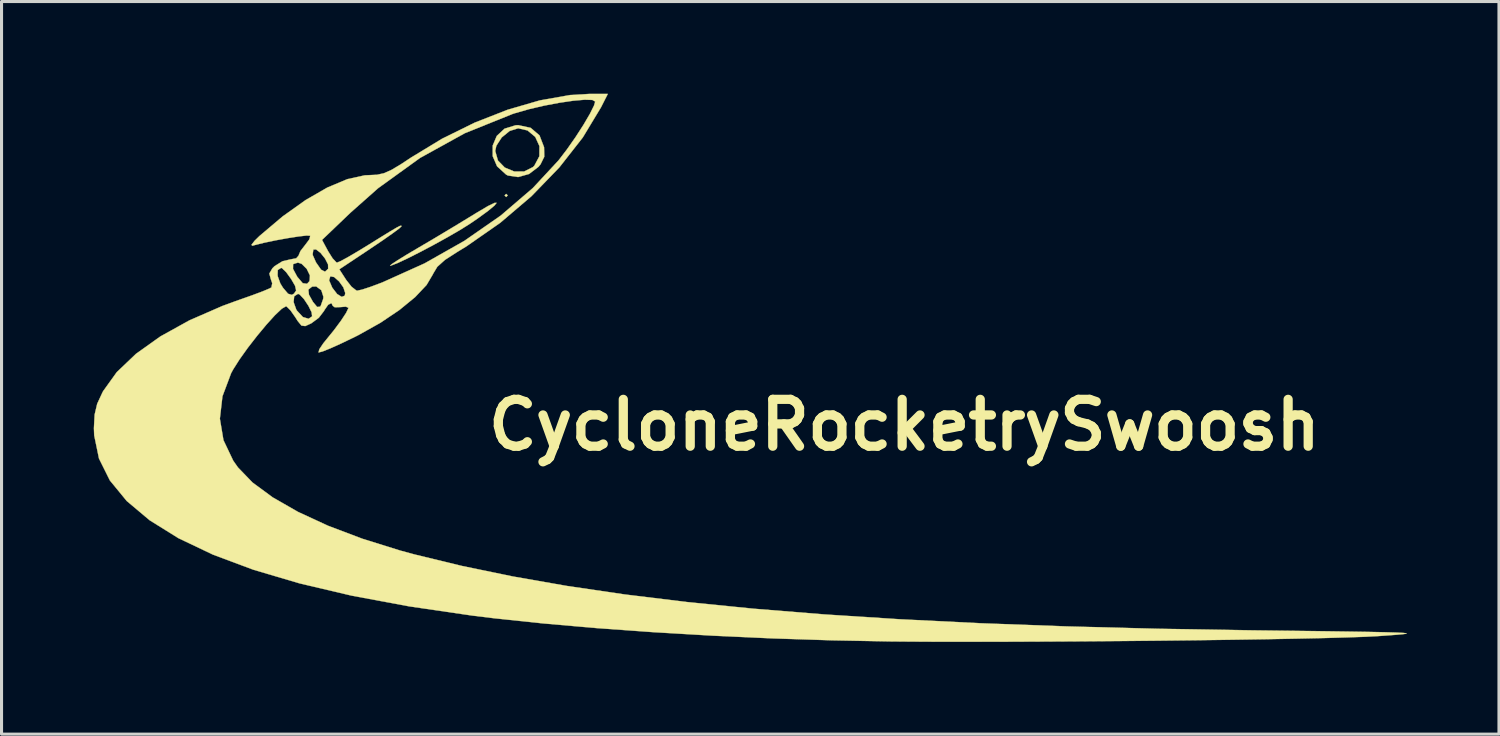
<source format=kicad_pcb>
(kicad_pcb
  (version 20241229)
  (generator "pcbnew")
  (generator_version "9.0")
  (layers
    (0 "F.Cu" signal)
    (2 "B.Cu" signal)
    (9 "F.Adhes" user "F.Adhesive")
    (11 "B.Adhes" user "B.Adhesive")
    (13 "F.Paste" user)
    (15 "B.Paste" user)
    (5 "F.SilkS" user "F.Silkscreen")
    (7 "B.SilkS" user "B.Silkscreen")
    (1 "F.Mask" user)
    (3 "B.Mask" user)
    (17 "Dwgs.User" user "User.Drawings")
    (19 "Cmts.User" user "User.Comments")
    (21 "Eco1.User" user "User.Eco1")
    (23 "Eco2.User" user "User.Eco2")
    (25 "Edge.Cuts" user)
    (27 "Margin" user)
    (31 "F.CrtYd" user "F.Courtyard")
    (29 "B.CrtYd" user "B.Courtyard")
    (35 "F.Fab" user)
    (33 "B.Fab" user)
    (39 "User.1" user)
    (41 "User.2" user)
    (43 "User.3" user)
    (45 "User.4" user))
  (footprint "CycloneRocketrySwoosh"
    (layer "F.Cu")
    (at 26.369 10.775)
    (property "Reference" "CycloneRocketrySwoosh" (at 0 0 0) (layer "F.SilkS") (effects (font (size 1.524 1.524) (thickness 0.3))))
    (attr through_hole)
    (fp_poly (pts (xy -12.903 -7.468) (xy -12.954 -7.417) (xy -13.005 -7.468) (xy -12.954 -7.518) (xy -12.903 -7.468)) (stroke (width 0.01) (type solid)) (fill yes) (layer "F.SilkS"))
    (fp_poly (pts (xy -13.337 -7.136) (xy -13.545 -6.963) (xy -13.882 -6.717) (xy -14.139 -6.542) (xy -14.46 -6.341) (xy -14.863 -6.108) (xy -15.308 -5.862) (xy -15.754 -5.626) (xy -16.16 -5.421) (xy -16.487 -5.268) (xy -16.693 -5.188) (xy -16.73 -5.182) (xy -16.682 -5.229) (xy -16.488 -5.357) (xy -16.18 -5.547) (xy -15.798 -5.773) (xy -15.273 -6.082) (xy -14.699 -6.426) (xy -14.165 -6.75) (xy -13.919 -6.901) (xy -13.549 -7.12) (xy -13.333 -7.225) (xy -13.264 -7.227) (xy -13.337 -7.136)) (stroke (width 0.01) (type solid)) (fill yes) (layer "F.SilkS"))
    (fp_poly (pts (xy -12.158 -9.667) (xy -11.869 -9.42) (xy -11.721 -9.035) (xy -11.714 -8.728) (xy -11.836 -8.48) (xy -11.902 -8.4) (xy -12.209 -8.166) (xy -12.565 -8.066) (xy -12.897 -8.116) (xy -12.954 -8.145) (xy -13.25 -8.415) (xy -13.392 -8.745) (xy -13.392 -8.914) (xy -13.31 -8.914) (xy -13.222 -8.604) (xy -12.998 -8.374) (xy -12.695 -8.248) (xy -12.37 -8.246) (xy -12.083 -8.39) (xy -12.038 -8.434) (xy -11.874 -8.743) (xy -11.872 -9.074) (xy -12.008 -9.372) (xy -12.26 -9.582) (xy -12.563 -9.652) (xy -12.839 -9.566) (xy -13.099 -9.354) (xy -13.274 -9.083) (xy -13.31 -8.914) (xy -13.392 -8.914) (xy -13.392 -9.09) (xy -13.26 -9.403) (xy -13.007 -9.639) (xy -12.646 -9.75) (xy -12.563 -9.754) (xy -12.158 -9.667)) (stroke (width 0.01) (type solid)) (fill yes) (layer "F.SilkS"))
    (fp_poly (pts (xy -9.867 -10.338) (xy -10.461 -9.354) (xy -11.226 -8.378) (xy -12.132 -7.442) (xy -13.149 -6.576) (xy -14.247 -5.811) (xy -14.542 -5.631) (xy -14.945 -5.371) (xy -15.195 -5.146) (xy -15.33 -4.921) (xy -15.335 -4.907) (xy -15.543 -4.555) (xy -15.916 -4.16) (xy -16.426 -3.742) (xy -17.045 -3.325) (xy -17.747 -2.932) (xy -17.851 -2.879) (xy -18.29 -2.667) (xy -18.661 -2.499) (xy -18.927 -2.392) (xy -19.054 -2.36) (xy -19.058 -2.362) (xy -19.032 -2.464) (xy -18.902 -2.658) (xy -18.821 -2.758) (xy -18.561 -3.078) (xy -18.329 -3.39) (xy -18.16 -3.647) (xy -18.086 -3.802) (xy -18.085 -3.812) (xy -18.17 -3.85) (xy -18.339 -3.836) (xy -18.528 -3.829) (xy -18.593 -3.875) (xy -18.639 -3.966) (xy -18.745 -3.911) (xy -18.865 -3.739) (xy -18.877 -3.713) (xy -19.048 -3.489) (xy -19.292 -3.308) (xy -19.489 -3.218) (xy -19.613 -3.234) (xy -19.736 -3.384) (xy -19.813 -3.506) (xy -19.969 -3.728) (xy -20.092 -3.852) (xy -20.117 -3.861) (xy -20.252 -3.783) (xy -20.473 -3.574) (xy -20.75 -3.268) (xy -21.054 -2.903) (xy -21.357 -2.513) (xy -21.627 -2.135) (xy -21.837 -1.804) (xy -21.9 -1.688) (xy -22.183 -0.934) (xy -22.267 -0.205) (xy -22.15 0.494) (xy -21.833 1.16) (xy -21.679 1.379) (xy -21.207 1.869) (xy -20.549 2.354) (xy -19.723 2.827) (xy -18.744 3.279) (xy -17.631 3.7) (xy -16.401 4.084) (xy -15.937 4.21) (xy -14.39 4.585) (xy -12.74 4.926) (xy -10.977 5.235) (xy -9.092 5.512) (xy -7.077 5.758) (xy -4.922 5.974) (xy -2.619 6.16) (xy -0.159 6.318) (xy 2.468 6.448) (xy 5.27 6.551) (xy 8.257 6.628) (xy 11.328 6.679) (xy 12.552 6.694) (xy 13.584 6.707) (xy 14.434 6.719) (xy 15.113 6.73) (xy 15.632 6.741) (xy 16.002 6.752) (xy 16.233 6.763) (xy 16.336 6.776) (xy 16.323 6.79) (xy 16.203 6.806) (xy 15.987 6.825) (xy 15.687 6.847) (xy 15.392 6.868) (xy 14.984 6.889) (xy 14.394 6.909) (xy 13.645 6.93) (xy 12.758 6.949) (xy 11.755 6.968) (xy 10.658 6.985) (xy 9.489 7.001) (xy 8.269 7.015) (xy 7.021 7.027) (xy 5.765 7.037) (xy 4.525 7.044) (xy 3.322 7.049) (xy 2.178 7.051) (xy 1.114 7.05) (xy 0.153 7.045) (xy -0.457 7.04) (xy -2.356 7.004) (xy -4.299 6.941) (xy -6.249 6.852) (xy -8.167 6.739) (xy -10.014 6.606) (xy -11.754 6.454) (xy -13.347 6.286) (xy -14.052 6.2) (xy -16.108 5.899) (xy -17.982 5.55) (xy -19.672 5.152) (xy -21.175 4.708) (xy -22.49 4.217) (xy -23.617 3.68) (xy -24.552 3.098) (xy -25.296 2.472) (xy -25.845 1.803) (xy -26.199 1.091) (xy -26.355 0.337) (xy -26.364 0.104) (xy -26.341 -0.338) (xy -26.258 -0.689) (xy -26.086 -1.06) (xy -26.062 -1.104) (xy -25.621 -1.719) (xy -24.996 -2.315) (xy -24.202 -2.881) (xy -23.258 -3.404) (xy -22.182 -3.873) (xy -21.84 -3.998) (xy -19.869 -3.998) (xy -19.781 -3.754) (xy -19.757 -3.717) (xy -19.566 -3.512) (xy -19.381 -3.456) (xy -19.266 -3.535) (xy -19.283 -3.667) (xy -19.387 -3.878) (xy -19.531 -4.095) (xy -19.668 -4.242) (xy -19.724 -4.267) (xy -19.849 -4.189) (xy -19.869 -3.998) (xy -21.84 -3.998) (xy -21.641 -4.07) (xy -21.224 -4.217) (xy -20.879 -4.346) (xy -20.652 -4.441) (xy -20.59 -4.475) (xy -20.564 -4.612) (xy -20.611 -4.75) (xy -20.639 -4.855) (xy -20.39 -4.855) (xy -20.3 -4.604) (xy -20.216 -4.467) (xy -20.049 -4.27) (xy -19.925 -4.233) (xy -19.857 -4.272) (xy -19.786 -4.376) (xy -19.793 -4.406) (xy -19.388 -4.406) (xy -19.369 -4.238) (xy -19.238 -4.004) (xy -19.102 -3.84) (xy -19.008 -3.849) (xy -18.985 -3.88) (xy -18.906 -4.103) (xy -18.899 -4.171) (xy -18.968 -4.386) (xy -19.132 -4.507) (xy -19.266 -4.502) (xy -19.388 -4.406) (xy -19.793 -4.406) (xy -19.821 -4.529) (xy -19.947 -4.747) (xy -20.11 -4.972) (xy -20.22 -5.078) (xy -19.887 -5.078) (xy -19.75 -4.822) (xy -19.572 -4.613) (xy -19.431 -4.594) (xy -19.349 -4.683) (xy -19.347 -4.709) (xy -18.714 -4.709) (xy -18.612 -4.469) (xy -18.454 -4.262) (xy -18.303 -4.168) (xy -18.204 -4.207) (xy -18.189 -4.293) (xy -18.25 -4.477) (xy -18.389 -4.671) (xy -18.55 -4.813) (xy -18.674 -4.838) (xy -18.714 -4.709) (xy -19.347 -4.709) (xy -19.338 -4.865) (xy -19.442 -5.08) (xy -19.607 -5.243) (xy -19.728 -5.283) (xy -19.884 -5.234) (xy -19.887 -5.078) (xy -20.22 -5.078) (xy -20.243 -5.101) (xy -20.273 -5.112) (xy -20.383 -5.042) (xy -20.39 -4.855) (xy -20.639 -4.855) (xy -20.658 -4.926) (xy -20.56 -5.095) (xy -20.487 -5.168) (xy -20.232 -5.326) (xy -19.983 -5.385) (xy -19.784 -5.423) (xy -19.71 -5.505) (xy -19.696 -5.54) (xy -19.251 -5.54) (xy -19.141 -5.292) (xy -18.973 -5.051) (xy -18.847 -4.988) (xy -18.745 -5.081) (xy -18.748 -5.223) (xy -18.847 -5.417) (xy -18.993 -5.6) (xy -19.139 -5.712) (xy -19.226 -5.707) (xy -19.251 -5.54) (xy -19.696 -5.54) (xy -19.646 -5.659) (xy -19.491 -5.859) (xy -19.49 -5.86) (xy -19.369 -6.021) (xy -18.944 -6.021) (xy -18.745 -5.652) (xy -18.601 -5.422) (xy -18.48 -5.293) (xy -18.454 -5.283) (xy -18.333 -5.334) (xy -18.082 -5.471) (xy -17.743 -5.671) (xy -17.486 -5.828) (xy -17.027 -6.113) (xy -16.713 -6.306) (xy -16.516 -6.422) (xy -16.41 -6.476) (xy -16.366 -6.484) (xy -16.358 -6.463) (xy -16.437 -6.39) (xy -16.654 -6.23) (xy -16.974 -6.005) (xy -17.366 -5.741) (xy -17.369 -5.738) (xy -18.381 -5.065) (xy -18.157 -4.718) (xy -17.984 -4.498) (xy -17.83 -4.378) (xy -17.797 -4.37) (xy -17.64 -4.405) (xy -17.356 -4.498) (xy -17.004 -4.63) (xy -16.985 -4.637) (xy -15.609 -5.257) (xy -14.314 -5.99) (xy -13.13 -6.813) (xy -12.087 -7.707) (xy -11.251 -8.607) (xy -10.977 -8.965) (xy -10.697 -9.365) (xy -10.439 -9.765) (xy -10.23 -10.122) (xy -10.095 -10.394) (xy -10.058 -10.521) (xy -10.15 -10.574) (xy -10.4 -10.581) (xy -10.77 -10.549) (xy -11.22 -10.483) (xy -11.713 -10.39) (xy -12.21 -10.274) (xy -12.672 -10.142) (xy -12.746 -10.118) (xy -14.297 -9.493) (xy -15.755 -8.688) (xy -17.121 -7.702) (xy -18.018 -6.907) (xy -18.944 -6.021) (xy -19.369 -6.021) (xy -19.355 -6.039) (xy -19.328 -6.153) (xy -19.331 -6.157) (xy -19.448 -6.163) (xy -19.709 -6.133) (xy -20.062 -6.078) (xy -20.454 -6.007) (xy -20.831 -5.928) (xy -21.139 -5.851) (xy -21.208 -5.831) (xy -21.24 -5.859) (xy -21.14 -5.99) (xy -20.98 -6.147) (xy -20.225 -6.785) (xy -19.48 -7.316) (xy -18.77 -7.725) (xy -18.119 -7.998) (xy -17.553 -8.122) (xy -17.417 -8.128) (xy -17.157 -8.14) (xy -16.929 -8.19) (xy -16.68 -8.301) (xy -16.359 -8.494) (xy -16.043 -8.703) (xy -15.038 -9.313) (xy -13.979 -9.835) (xy -12.906 -10.255) (xy -11.859 -10.559) (xy -10.876 -10.733) (xy -10.253 -10.77) (xy -9.648 -10.77) (xy -9.867 -10.338)) (stroke (width 0.01) (type solid)) (fill yes) (layer "F.SilkS")))
  (gr_rect
    (start -3 -3)
    (end 45.71 20.831)
    (stroke (width 0.1) (type default))
    (fill no)
    (layer "Edge.Cuts")))
</source>
